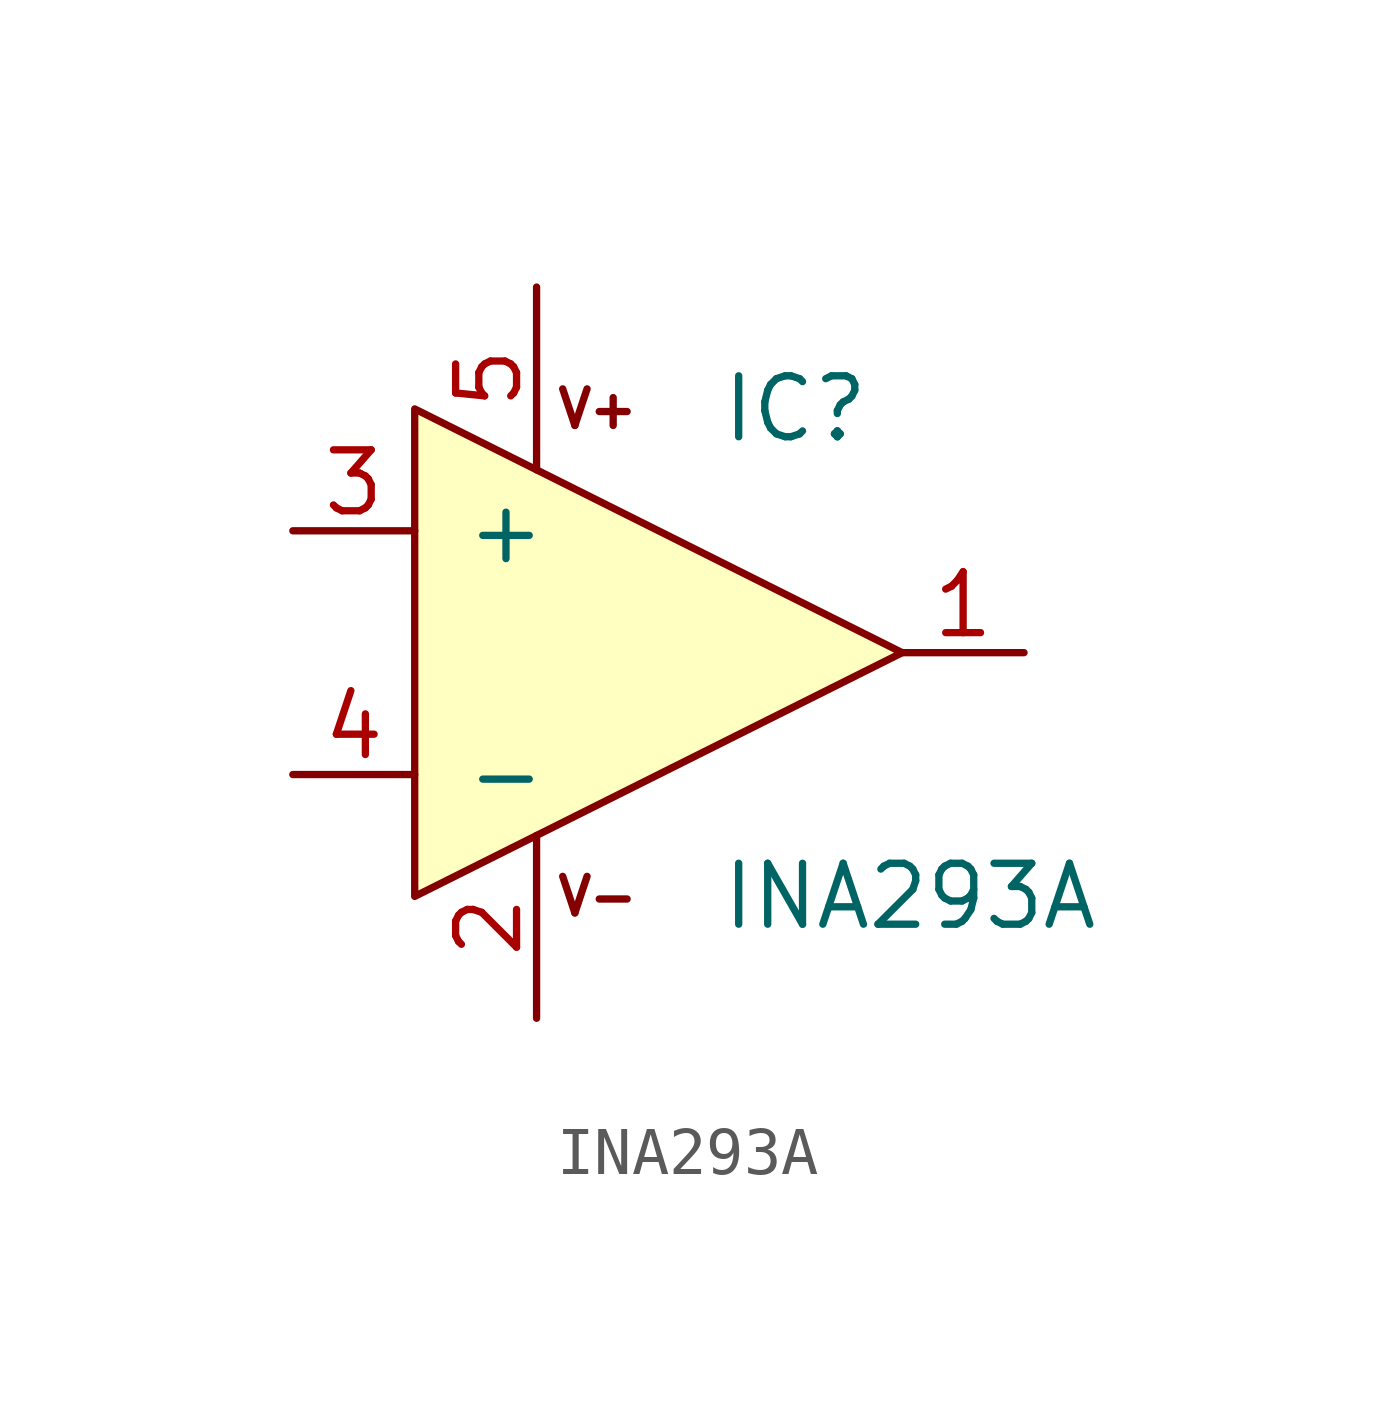
<source format=kicad_sym>
(kicad_symbol_lib
  (version 20211014)
  (generator kicad_symbol_editor)
  (symbol "INA293A"
    (pin_names
      (offset 1.016))
    (property "Reference" "IC"
      (at 3.81 5.08 0)
      (effects (font (size 1.27 1.27)) (justify left)))
    (property "Value" "INA293A"
      (at 3.81 -5.08 0)
      (effects (font (size 1.27 1.27)) (justify left)))
    (symbol "INA293A_0_0"
      (text "V+" (at 1.27 5.08 0) (effects (font (size 0.762 0.762))))
      (text "V-" (at 1.27 -5.08 0) (effects (font (size 0.762 0.762))))
      (pin output line (at 10.16 0 180) (length 2.54) (name "~" (effects (font (size 1.27 1.27)))) (number "1" (effects (font (size 1.27 1.27)))))
      (pin power_in line (at 0 -7.62 90) (length 3.81) (name "~" (effects (font (size 1.27 1.27)))) (number "2" (effects (font (size 1.27 1.27)))))
      (pin input line (at -5.08 2.54 0) (length 2.54) (name "+" (effects (font (size 1.27 1.27)))) (number "3" (effects (font (size 1.27 1.27)))))
      (pin input line (at -5.08 -2.54 0) (length 2.54) (name "-" (effects (font (size 1.27 1.27)))) (number "4" (effects (font (size 1.27 1.27)))))
      (pin power_in line (at 0 7.62 270) (length 3.81) (name "~" (effects (font (size 1.27 1.27)))) (number "5" (effects (font (size 1.27 1.27))))))
    (symbol "INA293A_0_1"
      (polyline (pts (xy -2.54 5.08) (xy -2.54 -5.08) (xy 7.62 0) (xy -2.54 5.08)) (stroke (width 0) (type default) (color 0 0 0 0)) (fill (type background))))))
</source>
